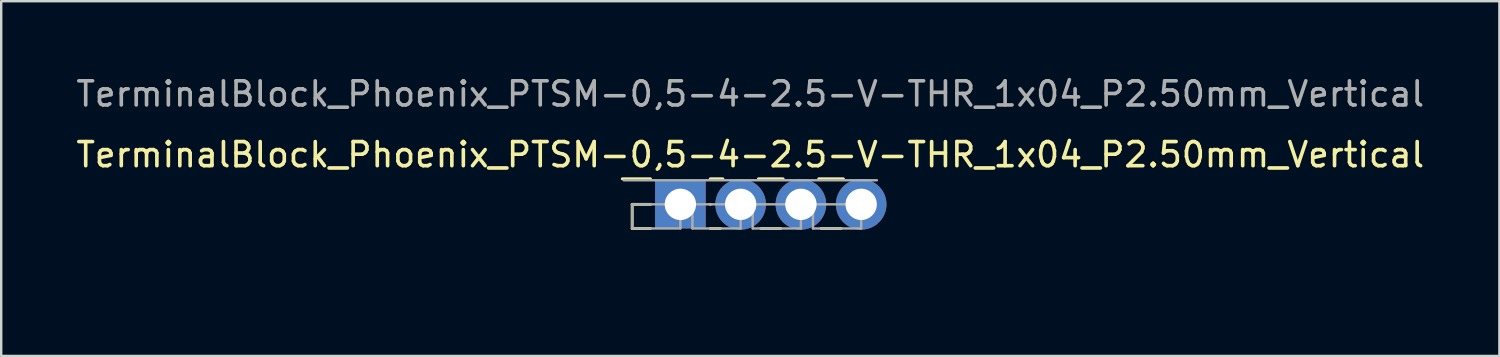
<source format=kicad_pcb>
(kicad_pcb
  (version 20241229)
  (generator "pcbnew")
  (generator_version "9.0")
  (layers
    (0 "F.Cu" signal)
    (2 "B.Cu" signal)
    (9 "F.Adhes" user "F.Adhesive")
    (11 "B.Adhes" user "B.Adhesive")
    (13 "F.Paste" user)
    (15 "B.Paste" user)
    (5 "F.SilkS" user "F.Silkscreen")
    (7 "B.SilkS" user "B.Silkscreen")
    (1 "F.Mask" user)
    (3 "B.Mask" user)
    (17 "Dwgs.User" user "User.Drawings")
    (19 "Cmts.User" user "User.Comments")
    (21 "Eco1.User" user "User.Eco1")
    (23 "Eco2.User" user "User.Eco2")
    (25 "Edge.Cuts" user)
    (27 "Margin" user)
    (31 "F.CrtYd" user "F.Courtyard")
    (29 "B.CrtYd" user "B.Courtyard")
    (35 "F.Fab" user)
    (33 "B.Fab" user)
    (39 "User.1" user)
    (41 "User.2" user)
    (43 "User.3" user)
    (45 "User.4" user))
  (footprint "TerminalBlock_Phoenix_PTSM-0,5-4-2.5-V-THR_1x04_P2.50mm_Vertical"
    (layer "F.Cu")
    (at 27.677 8.468)
    (property "Reference" "TerminalBlock_Phoenix_PTSM-0,5-4-2.5-V-THR_1x04_P2.50mm_Vertical" (at 0.4 -5.1 0) (layer "F.SilkS") (effects (font (size 1 1) (thickness 0.15))))
    (attr through_hole)
    (fp_line (start -4.91 -4.1) (end -3.74 -4.1) (stroke (width 0.12) (type solid)) (layer "F.SilkS"))
    (fp_line (start -4.5 -3.04) (end -4.5 -2.04) (stroke (width 0.12) (type solid)) (layer "F.SilkS"))
    (fp_line (start -4.5 -3.04) (end -3.74 -3.04) (stroke (width 0.12) (type solid)) (layer "F.SilkS"))
    (fp_line (start -4.5 -2.04) (end -3.74 -2.04) (stroke (width 0.12) (type solid)) (layer "F.SilkS"))
    (fp_line (start -1.26 -4.1) (end -0.737 -4.1) (stroke (width 0.12) (type solid)) (layer "F.SilkS"))
    (fp_line (start -1.26 -3.04) (end -1.255 -3.04) (stroke (width 0.12) (type solid)) (layer "F.SilkS"))
    (fp_line (start -1.26 -2.04) (end -0.835 -2.04) (stroke (width 0.12) (type solid)) (layer "F.SilkS"))
    (fp_line (start 0.738 -4.1) (end 1.763 -4.1) (stroke (width 0.12) (type solid)) (layer "F.SilkS"))
    (fp_line (start 0.836 -2.04) (end 1.665 -2.04) (stroke (width 0.12) (type solid)) (layer "F.SilkS"))
    (fp_line (start 3.238 -4.1) (end 4.263 -4.1) (stroke (width 0.12) (type solid)) (layer "F.SilkS"))
    (fp_line (start 3.336 -2.04) (end 4.165 -2.04) (stroke (width 0.12) (type solid)) (layer "F.SilkS"))
    (fp_line (start -4.85 -4.04) (end 5.65 -4.04) (stroke (width 0.1) (type solid)) (layer "F.Fab"))
    (fp_line (start -4.5 -3.04) (end -4.5 -2.04) (stroke (width 0.1) (type solid)) (layer "F.Fab"))
    (fp_line (start -4.5 -2.04) (end -2.5 -2.04) (stroke (width 0.1) (type solid)) (layer "F.Fab"))
    (fp_line (start -2.5 -3.04) (end -4.5 -3.04) (stroke (width 0.1) (type solid)) (layer "F.Fab"))
    (fp_line (start -2.5 -2.04) (end -2.5 -3.04) (stroke (width 0.1) (type solid)) (layer "F.Fab"))
    (fp_line (start -2 -3.04) (end -2 -2.04) (stroke (width 0.1) (type solid)) (layer "F.Fab"))
    (fp_line (start -2 -2.04) (end 0 -2.04) (stroke (width 0.1) (type solid)) (layer "F.Fab"))
    (fp_line (start 0 -3.04) (end -2 -3.04) (stroke (width 0.1) (type solid)) (layer "F.Fab"))
    (fp_line (start 0 -2.04) (end 0 -3.04) (stroke (width 0.1) (type solid)) (layer "F.Fab"))
    (fp_line (start 0.5 -3.04) (end 0.5 -2.04) (stroke (width 0.1) (type solid)) (layer "F.Fab"))
    (fp_line (start 0.5 -2.04) (end 2.5 -2.04) (stroke (width 0.1) (type solid)) (layer "F.Fab"))
    (fp_line (start 2.5 -3.04) (end 0.5 -3.04) (stroke (width 0.1) (type solid)) (layer "F.Fab"))
    (fp_line (start 2.5 -2.04) (end 2.5 -3.04) (stroke (width 0.1) (type solid)) (layer "F.Fab"))
    (fp_line (start 3 -3.04) (end 3 -2.04) (stroke (width 0.1) (type solid)) (layer "F.Fab"))
    (fp_line (start 3 -2.04) (end 5 -2.04) (stroke (width 0.1) (type solid)) (layer "F.Fab"))
    (fp_line (start 5 -3.04) (end 3 -3.04) (stroke (width 0.1) (type solid)) (layer "F.Fab"))
    (fp_line (start 5 -2.04) (end 5 -3.04) (stroke (width 0.1) (type solid)) (layer "F.Fab"))
    (fp_text user "${REFERENCE}" (at 0.4 -7.62 0) (layer "F.Fab") (effects (font (size 1 1) (thickness 0.15))))
    (pad "1" thru_hole rect (at -2.5 -3.04) (size 2.1 2) (drill 1.3) (layers "*.Cu" "*.Mask"))
    (pad "2" thru_hole circle (at 0 -3.04) (size 2.1 2.1) (drill 1.3) (layers "*.Cu" "*.Mask"))
    (pad "3" thru_hole circle (at 2.5 -3.04) (size 2.1 2.1) (drill 1.3) (layers "*.Cu" "*.Mask"))
    (pad "4" thru_hole circle (at 5 -3.04) (size 2.1 2.1) (drill 1.3) (layers "*.Cu" "*.Mask")))
  (gr_rect
    (start -3 -3)
    (end 59.155 11.718)
    (stroke (width 0.1) (type default))
    (fill no)
    (layer "Edge.Cuts")))
</source>
